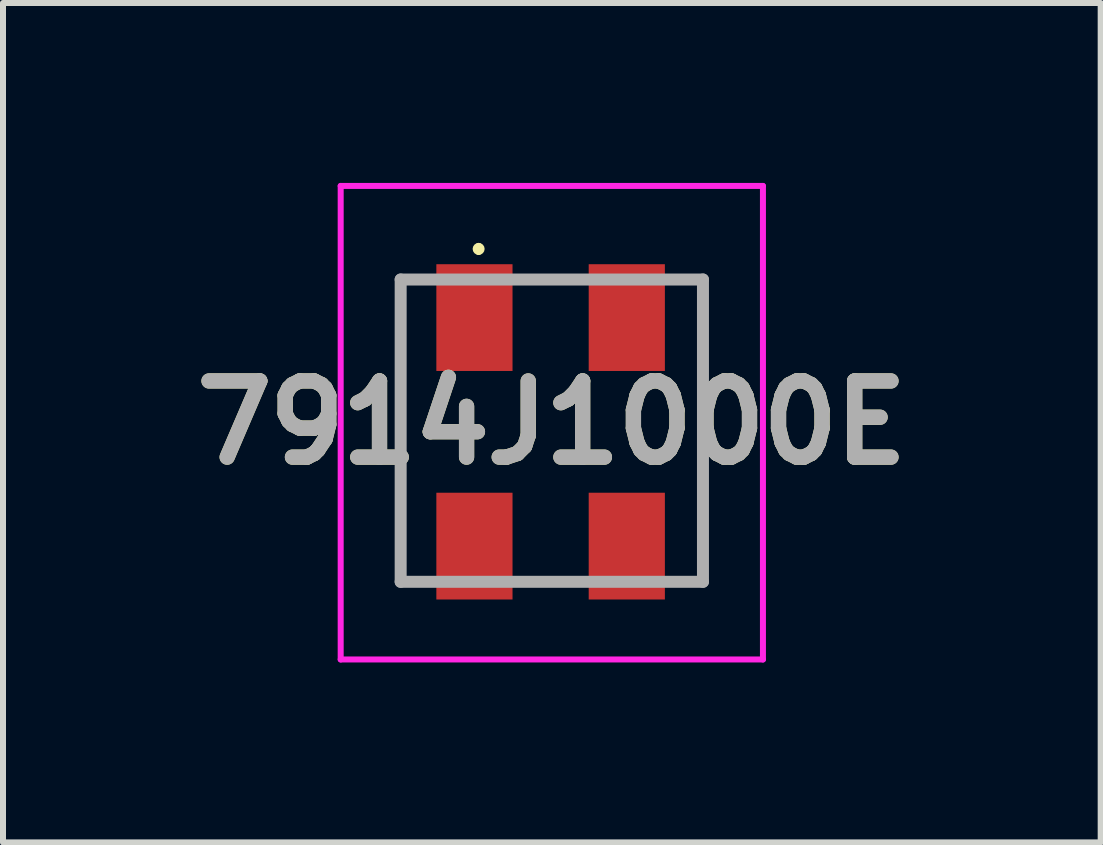
<source format=kicad_pcb>
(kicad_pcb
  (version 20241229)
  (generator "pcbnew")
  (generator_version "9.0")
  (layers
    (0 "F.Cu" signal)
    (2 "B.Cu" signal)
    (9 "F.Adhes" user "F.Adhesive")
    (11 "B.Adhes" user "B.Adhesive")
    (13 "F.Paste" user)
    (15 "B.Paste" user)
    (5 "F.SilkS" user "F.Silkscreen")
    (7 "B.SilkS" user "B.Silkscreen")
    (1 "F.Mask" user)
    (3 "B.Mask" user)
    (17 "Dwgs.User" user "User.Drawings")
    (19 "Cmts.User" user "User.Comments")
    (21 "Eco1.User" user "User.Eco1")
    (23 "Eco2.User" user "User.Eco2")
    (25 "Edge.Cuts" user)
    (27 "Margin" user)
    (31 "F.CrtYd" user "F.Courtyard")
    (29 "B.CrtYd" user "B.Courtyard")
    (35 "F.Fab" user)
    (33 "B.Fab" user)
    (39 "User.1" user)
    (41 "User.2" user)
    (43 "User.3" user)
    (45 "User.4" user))
  (footprint "7914J1000E"
    (layer "F.Cu")
    (at 6.15 3.85)
    (property "Reference" "7914J1000E" (at 0 0.147 0) (layer "F.SilkS") (effects (font (size 1.27 1.27) (thickness 0.254))))
    (attr smd)
    (fp_line (start -2.52 -2.24) (end -2.52 2.8) (stroke (width 0.1) (type solid)) (layer "F.SilkS"))
    (fp_line (start -2.52 2.8) (end -2.22 2.8) (stroke (width 0.1) (type solid)) (layer "F.SilkS"))
    (fp_line (start -2.22 -2.24) (end -2.52 -2.24) (stroke (width 0.1) (type solid)) (layer "F.SilkS"))
    (fp_line (start -1.22 -2.8) (end -1.22 -2.8) (stroke (width 0.1) (type solid)) (layer "F.SilkS"))
    (fp_line (start -1.22 -2.7) (end -1.22 -2.7) (stroke (width 0.1) (type solid)) (layer "F.SilkS"))
    (fp_line (start 2.08 -2.24) (end 2.18 -2.24) (stroke (width 0.1) (type solid)) (layer "F.SilkS"))
    (fp_line (start 2.08 2.8) (end 2.52 2.8) (stroke (width 0.1) (type solid)) (layer "F.SilkS"))
    (fp_line (start 2.52 -2.24) (end 2.18 -2.24) (stroke (width 0.1) (type solid)) (layer "F.SilkS"))
    (fp_line (start 2.52 2.8) (end 2.52 -2.24) (stroke (width 0.1) (type solid)) (layer "F.SilkS"))
    (fp_arc (start -1.22 -2.8) (mid -1.17 -2.75) (end -1.22 -2.7) (stroke (width 0.1) (type solid)) (layer "F.SilkS"))
    (fp_arc (start -1.22 -2.7) (mid -1.27 -2.75) (end -1.22 -2.8) (stroke (width 0.1) (type solid)) (layer "F.SilkS"))
    (fp_line (start -3.52 -3.8) (end 3.52 -3.8) (stroke (width 0.1) (type solid)) (layer "F.CrtYd"))
    (fp_line (start -3.52 4.095) (end -3.52 -3.8) (stroke (width 0.1) (type solid)) (layer "F.CrtYd"))
    (fp_line (start 3.52 -3.8) (end 3.52 4.095) (stroke (width 0.1) (type solid)) (layer "F.CrtYd"))
    (fp_line (start 3.52 4.095) (end -3.52 4.095) (stroke (width 0.1) (type solid)) (layer "F.CrtYd"))
    (fp_line (start -2.52 -2.24) (end 2.52 -2.24) (stroke (width 0.2) (type solid)) (layer "F.Fab"))
    (fp_line (start -2.52 2.8) (end -2.52 -2.24) (stroke (width 0.2) (type solid)) (layer "F.Fab"))
    (fp_line (start 2.52 -2.24) (end 2.52 2.8) (stroke (width 0.2) (type solid)) (layer "F.Fab"))
    (fp_line (start 2.52 2.8) (end -2.52 2.8) (stroke (width 0.2) (type solid)) (layer "F.Fab"))
    (fp_text user "${REFERENCE}" (at 0 0.147 0) (layer "F.Fab") (effects (font (size 1.27 1.27) (thickness 0.254))))
    (pad "1" smd rect (at -1.29 -1.605 90) (size 1.78 1.27) (layers "F.Cu" "F.Mask" "F.Paste"))
    (pad "2" smd rect (at -1.29 2.205 90) (size 1.78 1.27) (layers "F.Cu" "F.Mask" "F.Paste"))
    (pad "3" smd rect (at 1.25 -1.605 90) (size 1.78 1.27) (layers "F.Cu" "F.Mask" "F.Paste"))
    (pad "4" smd rect (at 1.25 2.205 90) (size 1.78 1.27) (layers "F.Cu" "F.Mask" "F.Paste")))
  (gr_rect
    (start -3 -3)
    (end 15.301 10.995)
    (stroke (width 0.1) (type default))
    (fill no)
    (layer "Edge.Cuts")))
</source>
